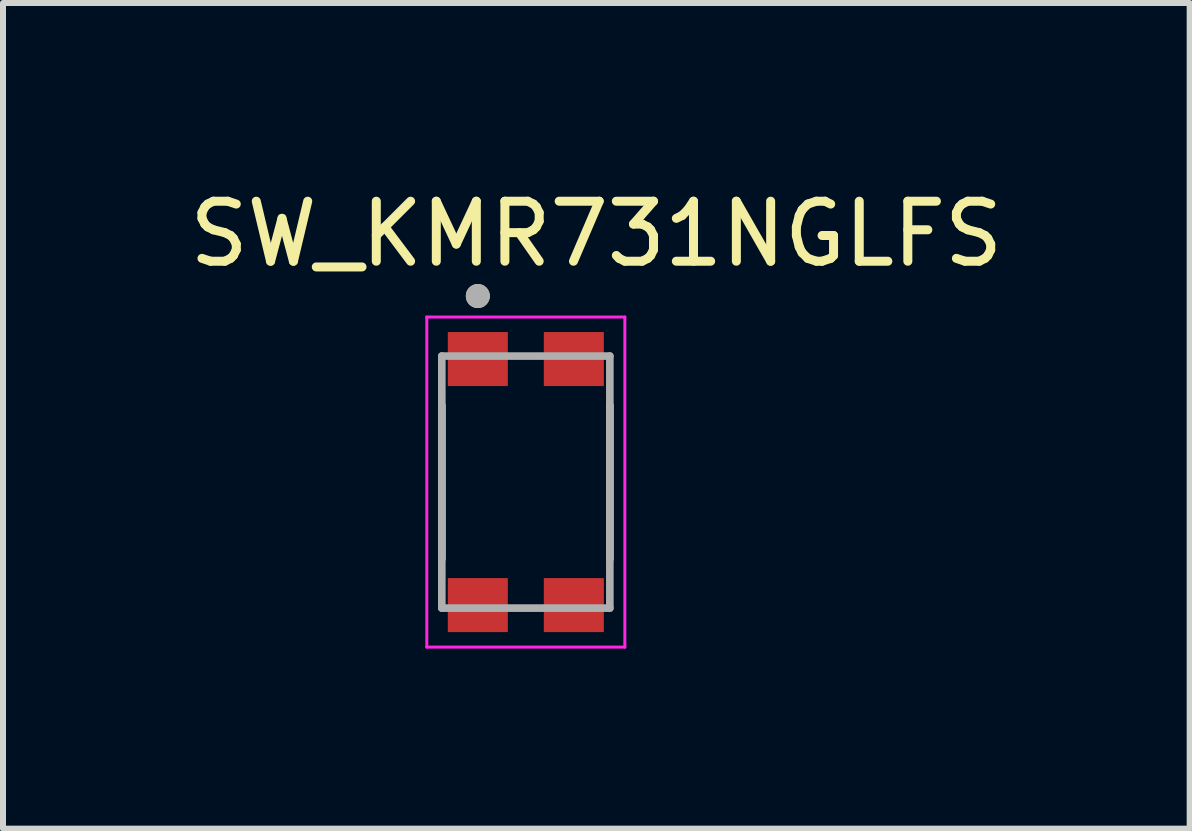
<source format=kicad_pcb>
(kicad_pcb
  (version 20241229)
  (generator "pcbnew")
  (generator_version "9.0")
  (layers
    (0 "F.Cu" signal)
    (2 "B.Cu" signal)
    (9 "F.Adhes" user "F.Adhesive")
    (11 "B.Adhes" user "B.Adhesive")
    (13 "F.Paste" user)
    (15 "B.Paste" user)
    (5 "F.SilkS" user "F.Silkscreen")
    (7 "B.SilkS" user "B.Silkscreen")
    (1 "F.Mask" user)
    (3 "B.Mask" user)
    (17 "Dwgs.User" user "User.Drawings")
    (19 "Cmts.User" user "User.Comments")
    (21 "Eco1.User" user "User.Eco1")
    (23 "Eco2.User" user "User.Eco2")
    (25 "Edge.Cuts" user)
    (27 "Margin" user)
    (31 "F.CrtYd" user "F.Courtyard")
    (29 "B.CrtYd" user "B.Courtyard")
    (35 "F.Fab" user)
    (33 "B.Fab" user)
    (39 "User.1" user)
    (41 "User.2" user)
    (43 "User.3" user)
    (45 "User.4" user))
  (footprint "SW_KMR731NGLFS"
    (layer "F.Cu")
    (at 5.712 4.983)
    (property "Reference" "SW_KMR731NGLFS" (at 1.175 -4.135 0) (layer "F.SilkS") (effects (font (size 1 1) (thickness 0.15))))
    (attr smd)
    (fp_line (start -1.4 1.28) (end -1.4 -1.28) (stroke (width 0.127) (type solid)) (layer "F.SilkS"))
    (fp_line (start 1.4 -1.28) (end 1.4 1.28) (stroke (width 0.127) (type solid)) (layer "F.SilkS"))
    (fp_circle (center -0.8 -3.1) (end -0.7 -3.1) (stroke (width 0.2) (type solid)) (fill no) (layer "F.SilkS"))
    (fp_line (start -1.65 -2.75) (end 1.65 -2.75) (stroke (width 0.05) (type solid)) (layer "F.CrtYd"))
    (fp_line (start -1.65 2.75) (end -1.65 -2.75) (stroke (width 0.05) (type solid)) (layer "F.CrtYd"))
    (fp_line (start 1.65 -2.75) (end 1.65 2.75) (stroke (width 0.05) (type solid)) (layer "F.CrtYd"))
    (fp_line (start 1.65 2.75) (end -1.65 2.75) (stroke (width 0.05) (type solid)) (layer "F.CrtYd"))
    (fp_line (start -1.4 -2.1) (end 1.4 -2.1) (stroke (width 0.127) (type solid)) (layer "F.Fab"))
    (fp_line (start -1.4 2.1) (end -1.4 -2.1) (stroke (width 0.127) (type solid)) (layer "F.Fab"))
    (fp_line (start 1.4 -2.1) (end 1.4 2.1) (stroke (width 0.127) (type solid)) (layer "F.Fab"))
    (fp_line (start 1.4 2.1) (end -1.4 2.1) (stroke (width 0.127) (type solid)) (layer "F.Fab"))
    (fp_circle (center -0.8 -3.1) (end -0.7 -3.1) (stroke (width 0.2) (type solid)) (fill no) (layer "F.Fab"))
    (pad "1" smd rect (at -0.8 -2.05 270) (size 0.9 1) (layers "F.Cu" "F.Mask" "F.Paste"))
    (pad "2" smd rect (at -0.8 2.05 90) (size 0.9 1) (layers "F.Cu" "F.Mask" "F.Paste"))
    (pad "3" smd rect (at 0.8 2.05 90) (size 0.9 1) (layers "F.Cu" "F.Mask" "F.Paste"))
    (pad "4" smd rect (at 0.8 -2.05 270) (size 0.9 1) (layers "F.Cu" "F.Mask" "F.Paste")))
  (gr_rect
    (start -3 -3)
    (end 16.774 10.758)
    (stroke (width 0.1) (type default))
    (fill no)
    (layer "Edge.Cuts")))
</source>
